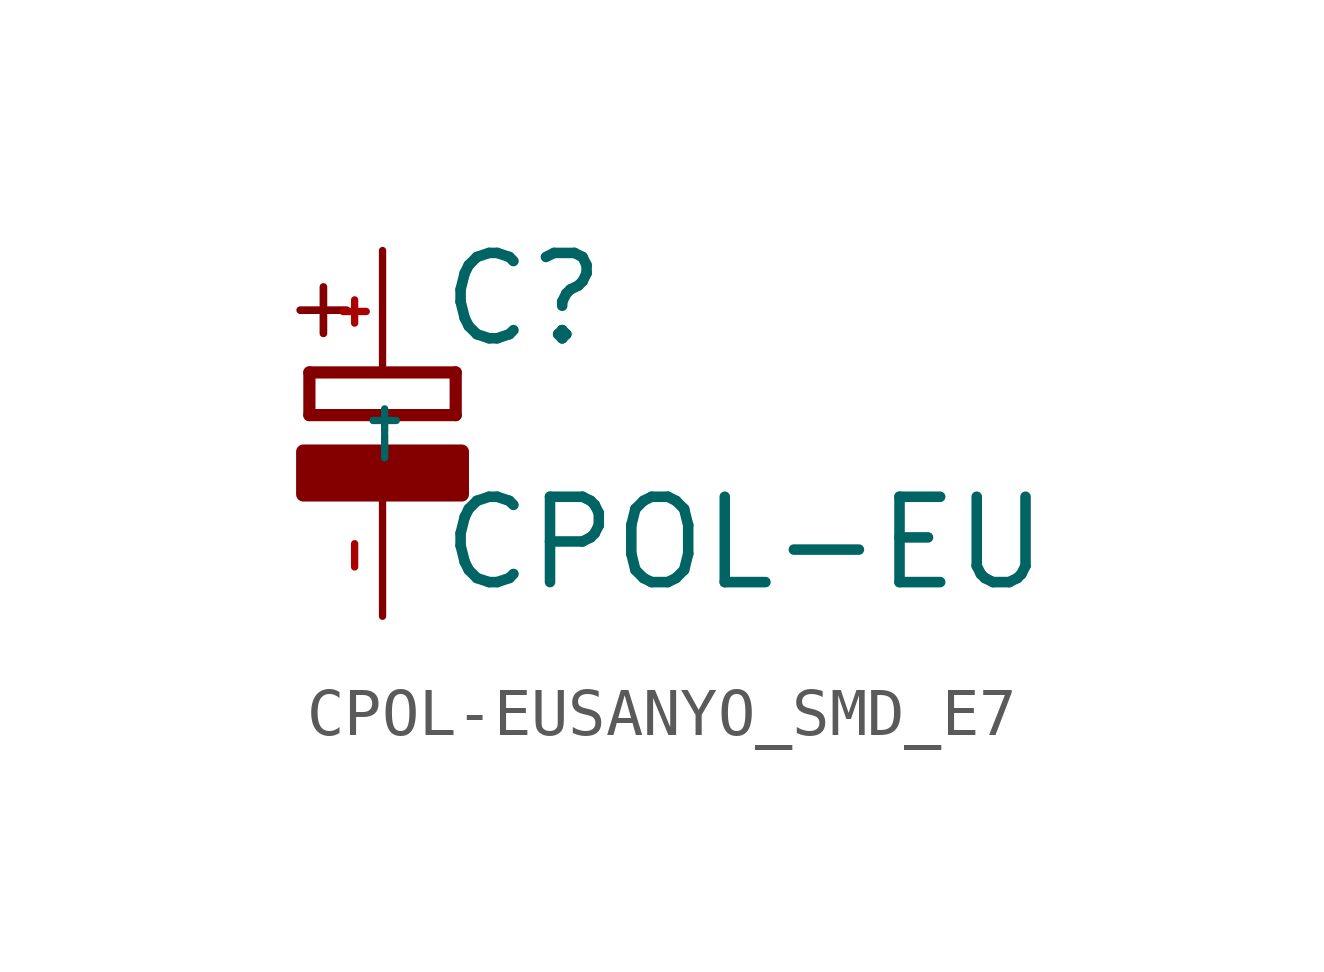
<source format=kicad_sym>
(kicad_symbol_lib
  (version 20220914)
  (generator Eagle2Kicad)
  (symbol "CPOL-EUSANYO_SMD_E7"
    (property "Reference" "C"
      (at 1.143 0.483 0)
      (effects (font (size 1.778 1.778) (thickness 0.22)) (justify left bottom)))
    (property "Value" "CPOL-EU"
      (at 1.143 -4.597 0)
      (effects (font (size 1.778 1.778) (thickness 0.22)) (justify left bottom)))
    (polyline
      (pts (xy -1.524 -0.889) (xy 1.524 -0.889))
      (stroke (width 0.254) (type default))
      (fill (type none)))
    (polyline
      (pts (xy 1.524 -0.889) (xy 1.524 0))
      (stroke (width 0.254) (type default))
      (fill (type none)))
    (polyline
      (pts (xy -1.524 0) (xy -1.524 -0.889))
      (stroke (width 0.254) (type default))
      (fill (type none)))
    (polyline
      (pts (xy -1.524 0) (xy 1.524 0))
      (stroke (width 0.254) (type default))
      (fill (type none)))
    (text "+"
      (at -0.584 0.406 900)
      (effects (font (size 1.27 1.27) (thickness 0.16)) (justify left bottom)))
    (rectangle
      (start -1.651 -2.54)
      (end 1.651 -1.651)
      (stroke (width 0.3) (type default))
      (fill (type outline)))
    (pin passive line
      (at 0 -5.08 90)
      (length 2.54)
      (name "-" (effects (font (size 0.635 0.635) (thickness 0.08)) (justify left bottom)))
      (number "-" (effects (font (size 0.635 0.635) (thickness 0.08)) (justify left bottom))))
    (pin passive line
      (at 0 2.54 270)
      (length 2.54)
      (name "+" (effects (font (size 0.635 0.635) (thickness 0.08)) (justify left bottom)))
      (number "+" (effects (font (size 0.635 0.635) (thickness 0.08)) (justify left bottom))))))
</source>
